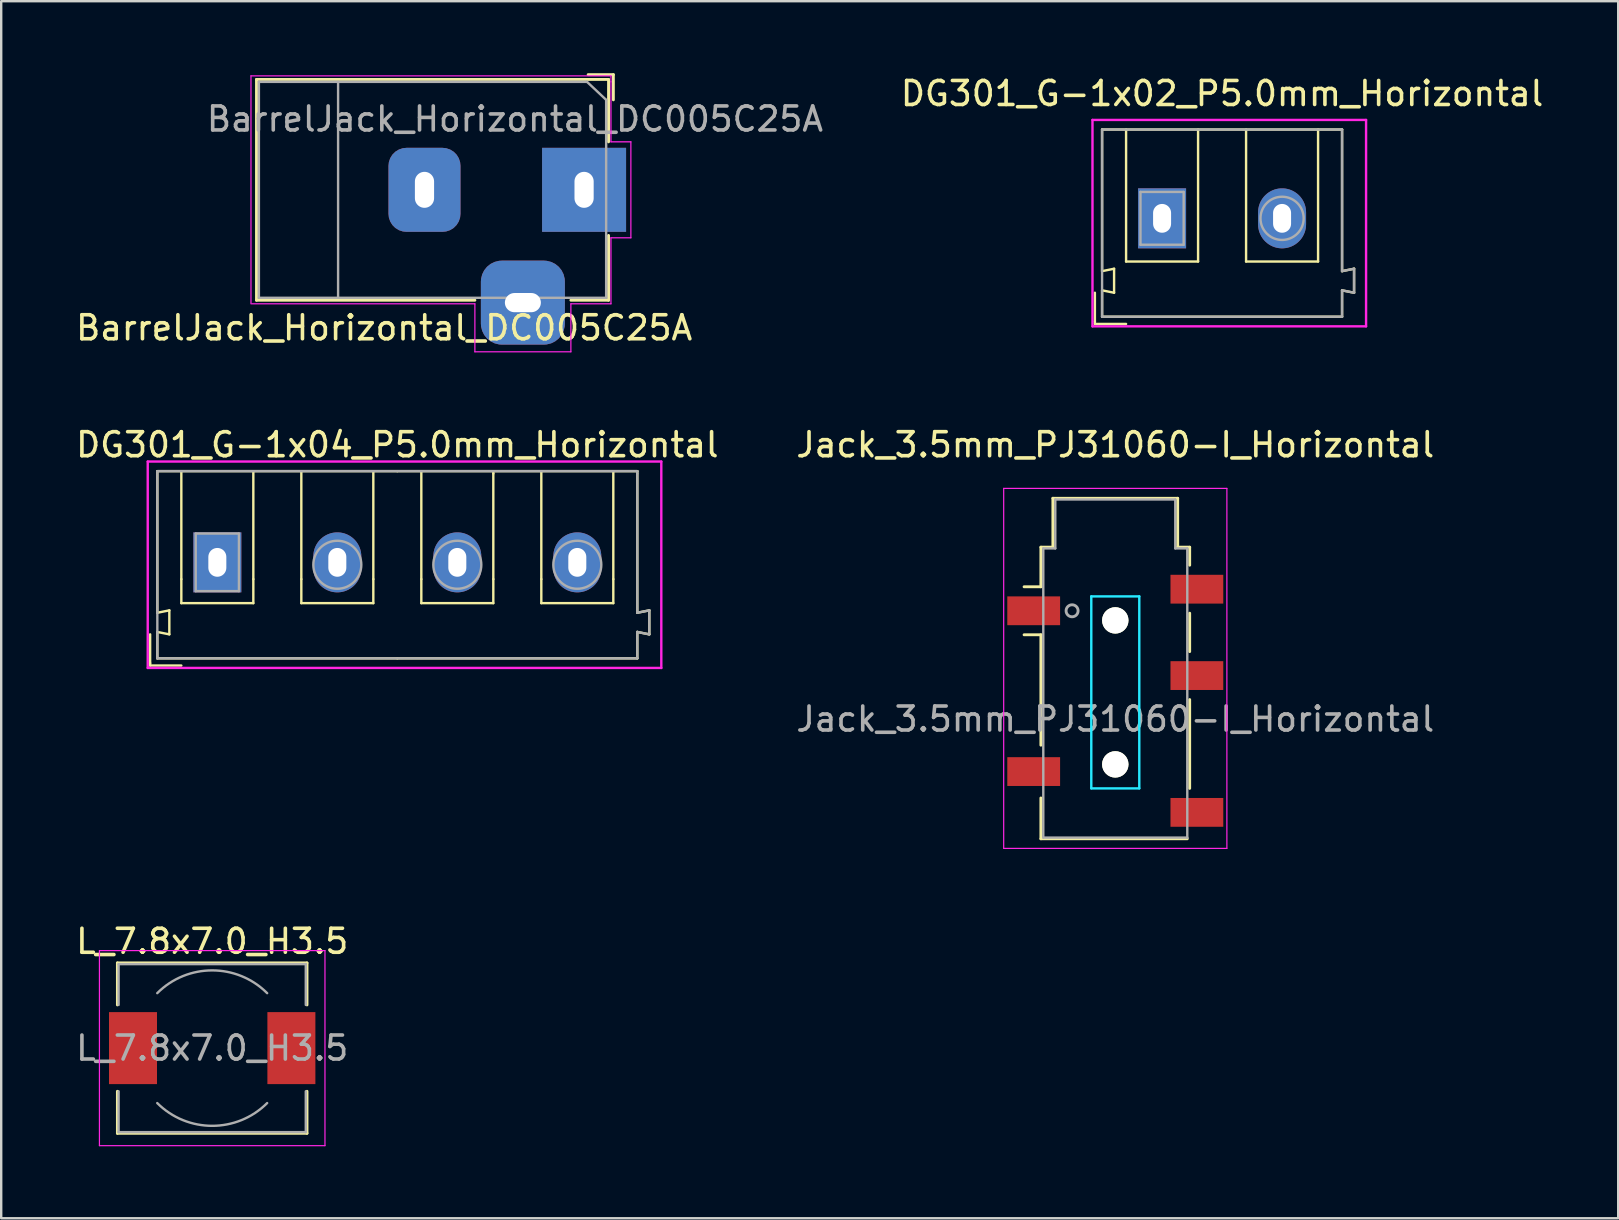
<source format=kicad_pcb>
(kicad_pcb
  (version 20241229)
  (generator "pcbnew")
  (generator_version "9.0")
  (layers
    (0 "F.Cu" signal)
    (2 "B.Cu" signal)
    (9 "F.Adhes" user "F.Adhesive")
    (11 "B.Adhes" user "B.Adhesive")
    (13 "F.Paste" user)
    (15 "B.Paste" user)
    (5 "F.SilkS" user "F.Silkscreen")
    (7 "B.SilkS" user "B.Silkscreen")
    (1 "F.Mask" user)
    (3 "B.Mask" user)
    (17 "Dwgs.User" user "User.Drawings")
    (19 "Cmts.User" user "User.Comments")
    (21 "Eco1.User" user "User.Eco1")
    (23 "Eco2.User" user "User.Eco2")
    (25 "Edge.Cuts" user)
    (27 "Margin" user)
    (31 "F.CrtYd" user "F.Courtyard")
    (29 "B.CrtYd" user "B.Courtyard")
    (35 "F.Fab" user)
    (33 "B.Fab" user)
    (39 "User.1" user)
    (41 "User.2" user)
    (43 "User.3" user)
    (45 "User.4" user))
  (footprint "DG301_G-1x02_P5.0mm_Horizontal"
    (layer "F.Cu")
    (at 47.873 10.148)
    (property "Reference" "DG301_G-1x02_P5.0mm_Horizontal" (at 0 -9.3 0) (layer "F.SilkS") (effects (font (size 1 1) (thickness 0.15))))
    (attr through_hole)
    (fp_line (start -5.3 -1) (end -5.3 0.2) (stroke (width 0.1) (type solid)) (layer "F.SilkS"))
    (fp_line (start -5.3 0.2) (end -5.3 0.3) (stroke (width 0.1) (type solid)) (layer "F.SilkS"))
    (fp_line (start -5.3 0.3) (end -4 0.3) (stroke (width 0.1) (type solid)) (layer "F.SilkS"))
    (fp_line (start -5 -7.8) (end 5 -7.8) (stroke (width 0.1) (type solid)) (layer "F.SilkS"))
    (fp_line (start -5 -1.9) (end -5 -7.8) (stroke (width 0.1) (type solid)) (layer "F.SilkS"))
    (fp_line (start -5 -1.1) (end -5 0) (stroke (width 0.1) (type solid)) (layer "F.SilkS"))
    (fp_line (start -5 -1.1) (end -4.5 -1) (stroke (width 0.1) (type solid)) (layer "F.SilkS"))
    (fp_line (start -4.5 -2) (end -5 -1.9) (stroke (width 0.1) (type solid)) (layer "F.SilkS"))
    (fp_line (start -4.5 -1) (end -4.5 -2) (stroke (width 0.1) (type solid)) (layer "F.SilkS"))
    (fp_line (start -4 -7.8) (end -4 -2.3) (stroke (width 0.1) (type solid)) (layer "F.SilkS"))
    (fp_line (start -4 -2.3) (end -1 -2.3) (stroke (width 0.1) (type solid)) (layer "F.SilkS"))
    (fp_line (start -1 -2.3) (end -1 -7.8) (stroke (width 0.1) (type solid)) (layer "F.SilkS"))
    (fp_line (start 1 -7.8) (end 1 -2.3) (stroke (width 0.1) (type solid)) (layer "F.SilkS"))
    (fp_line (start 1 -2.3) (end 4 -2.3) (stroke (width 0.1) (type solid)) (layer "F.SilkS"))
    (fp_line (start 4 -2.3) (end 4 -7.8) (stroke (width 0.1) (type solid)) (layer "F.SilkS"))
    (fp_line (start 5 -1.9) (end 5 -7.8) (stroke (width 0.1) (type solid)) (layer "F.SilkS"))
    (fp_line (start 5 -1.1) (end 5 0) (stroke (width 0.1) (type solid)) (layer "F.SilkS"))
    (fp_line (start 5 0) (end -5 0) (stroke (width 0.1) (type solid)) (layer "F.SilkS"))
    (fp_line (start 5.5 -2) (end 5 -1.9) (stroke (width 0.1) (type solid)) (layer "F.SilkS"))
    (fp_line (start 5.5 -1) (end 5 -1.1) (stroke (width 0.1) (type solid)) (layer "F.SilkS"))
    (fp_line (start 5.5 -1) (end 5.5 -2) (stroke (width 0.1) (type solid)) (layer "F.SilkS"))
    (fp_line (start -5.4 -8.2) (end 6 -8.2) (stroke (width 0.1) (type solid)) (layer "F.CrtYd"))
    (fp_line (start -5.4 0.4) (end -5.4 -8.2) (stroke (width 0.1) (type solid)) (layer "F.CrtYd"))
    (fp_line (start 6 -8.2) (end 6 0.4) (stroke (width 0.1) (type solid)) (layer "F.CrtYd"))
    (fp_line (start 6 0.4) (end -5.4 0.4) (stroke (width 0.1) (type solid)) (layer "F.CrtYd"))
    (fp_line (start -5 -7.8) (end 5 -7.8) (stroke (width 0.1) (type solid)) (layer "F.Fab"))
    (fp_line (start -5 0) (end -5 -7.8) (stroke (width 0.1) (type solid)) (layer "F.Fab"))
    (fp_line (start -3.4 -5.2) (end -1.6 -5.2) (stroke (width 0.1) (type solid)) (layer "F.Fab"))
    (fp_line (start -3.4 -3) (end -3.4 -5.2) (stroke (width 0.1) (type solid)) (layer "F.Fab"))
    (fp_line (start -1.6 -5.2) (end -1.6 -3) (stroke (width 0.1) (type solid)) (layer "F.Fab"))
    (fp_line (start -1.6 -3) (end -3.4 -3) (stroke (width 0.1) (type solid)) (layer "F.Fab"))
    (fp_line (start 5 -7.8) (end 5 -1.9) (stroke (width 0.1) (type solid)) (layer "F.Fab"))
    (fp_line (start 5 -1.9) (end 5.5 -2) (stroke (width 0.1) (type solid)) (layer "F.Fab"))
    (fp_line (start 5 -1.1) (end 5 0) (stroke (width 0.1) (type solid)) (layer "F.Fab"))
    (fp_line (start 5 0) (end -5 0) (stroke (width 0.1) (type solid)) (layer "F.Fab"))
    (fp_line (start 5.5 -2) (end 5.5 -1) (stroke (width 0.1) (type solid)) (layer "F.Fab"))
    (fp_line (start 5.5 -1) (end 5 -1.1) (stroke (width 0.1) (type solid)) (layer "F.Fab"))
    (fp_circle (center 2.5 -4.1) (end 2.5 -5) (stroke (width 0.1) (type solid)) (fill no) (layer "F.Fab"))
    (pad "1" thru_hole rect (at -2.5 -4.1) (size 2 2.5) (drill oval 0.75 1.2) (layers "*.Cu" "*.Mask"))
    (pad "2" thru_hole oval (at 2.5 -4.1) (size 2 2.5) (drill oval 0.75 1.2) (layers "*.Cu" "*.Mask")))
  (footprint "DG301_G-1x04_P5.0mm_Horizontal"
    (layer "F.Cu")
    (at 13.506 20.483)
    (property "Reference" "DG301_G-1x04_P5.0mm_Horizontal" (at 0 -5 0) (layer "F.SilkS") (effects (font (size 1 1) (thickness 0.15))))
    (attr through_hole)
    (fp_line (start -10.3 2.9) (end -10.3 4.1) (stroke (width 0.1) (type solid)) (layer "F.SilkS"))
    (fp_line (start -10.3 4.1) (end -10.3 4.2) (stroke (width 0.1) (type solid)) (layer "F.SilkS"))
    (fp_line (start -10.3 4.2) (end -9 4.2) (stroke (width 0.1) (type solid)) (layer "F.SilkS"))
    (fp_line (start -10 -3.9) (end 0 -3.9) (stroke (width 0.1) (type solid)) (layer "F.SilkS"))
    (fp_line (start -10 2) (end -10 -3.9) (stroke (width 0.1) (type solid)) (layer "F.SilkS"))
    (fp_line (start -10 2.8) (end -10 3.9) (stroke (width 0.1) (type solid)) (layer "F.SilkS"))
    (fp_line (start -10 2.8) (end -9.5 2.9) (stroke (width 0.1) (type solid)) (layer "F.SilkS"))
    (fp_line (start -9.5 1.9) (end -10 2) (stroke (width 0.1) (type solid)) (layer "F.SilkS"))
    (fp_line (start -9.5 2.9) (end -9.5 1.9) (stroke (width 0.1) (type solid)) (layer "F.SilkS"))
    (fp_line (start -9 0.6) (end -9 -3.9) (stroke (width 0.1) (type solid)) (layer "F.SilkS"))
    (fp_line (start -9 1.6) (end -9 0.6) (stroke (width 0.1) (type solid)) (layer "F.SilkS"))
    (fp_line (start -9 1.6) (end -6 1.6) (stroke (width 0.1) (type solid)) (layer "F.SilkS"))
    (fp_line (start -6 0.6) (end -6 -3.9) (stroke (width 0.1) (type solid)) (layer "F.SilkS"))
    (fp_line (start -6 0.6) (end -6 1.6) (stroke (width 0.1) (type solid)) (layer "F.SilkS"))
    (fp_line (start -4 0.6) (end -4 -3.9) (stroke (width 0.1) (type solid)) (layer "F.SilkS"))
    (fp_line (start -4 0.6) (end -4 1.6) (stroke (width 0.1) (type solid)) (layer "F.SilkS"))
    (fp_line (start -4 1.6) (end -1 1.6) (stroke (width 0.1) (type solid)) (layer "F.SilkS"))
    (fp_line (start -1 0.6) (end -1 -3.9) (stroke (width 0.1) (type solid)) (layer "F.SilkS"))
    (fp_line (start -1 0.6) (end -1 1.6) (stroke (width 0.1) (type solid)) (layer "F.SilkS"))
    (fp_line (start 0 -3.9) (end 10 -3.9) (stroke (width 0.1) (type solid)) (layer "F.SilkS"))
    (fp_line (start 0 3.9) (end -10 3.9) (stroke (width 0.1) (type solid)) (layer "F.SilkS"))
    (fp_line (start 1 0.6) (end 1 -3.9) (stroke (width 0.1) (type solid)) (layer "F.SilkS"))
    (fp_line (start 1 0.6) (end 1 1.6) (stroke (width 0.1) (type solid)) (layer "F.SilkS"))
    (fp_line (start 1 1.6) (end 4 1.6) (stroke (width 0.1) (type solid)) (layer "F.SilkS"))
    (fp_line (start 4 -3.8) (end 4 -3.9) (stroke (width 0.1) (type solid)) (layer "F.SilkS"))
    (fp_line (start 4 0.6) (end 4 -3.8) (stroke (width 0.1) (type solid)) (layer "F.SilkS"))
    (fp_line (start 4 0.6) (end 4 1.6) (stroke (width 0.1) (type solid)) (layer "F.SilkS"))
    (fp_line (start 6 0.6) (end 6 -3.9) (stroke (width 0.1) (type solid)) (layer "F.SilkS"))
    (fp_line (start 6 0.6) (end 6 1.6) (stroke (width 0.1) (type solid)) (layer "F.SilkS"))
    (fp_line (start 6 1.6) (end 9 1.6) (stroke (width 0.1) (type solid)) (layer "F.SilkS"))
    (fp_line (start 9 0.6) (end 9 -3.9) (stroke (width 0.1) (type solid)) (layer "F.SilkS"))
    (fp_line (start 9 0.6) (end 9 1.6) (stroke (width 0.1) (type solid)) (layer "F.SilkS"))
    (fp_line (start 10 2) (end 10 -3.9) (stroke (width 0.1) (type solid)) (layer "F.SilkS"))
    (fp_line (start 10 2.8) (end 10 3.9) (stroke (width 0.1) (type solid)) (layer "F.SilkS"))
    (fp_line (start 10 3.9) (end 0 3.9) (stroke (width 0.1) (type solid)) (layer "F.SilkS"))
    (fp_line (start 10.5 1.9) (end 10 2) (stroke (width 0.1) (type solid)) (layer "F.SilkS"))
    (fp_line (start 10.5 2.9) (end 10 2.8) (stroke (width 0.1) (type solid)) (layer "F.SilkS"))
    (fp_line (start 10.5 2.9) (end 10.5 1.9) (stroke (width 0.1) (type solid)) (layer "F.SilkS"))
    (fp_line (start -10.4 -4.3) (end 11 -4.3) (stroke (width 0.1) (type solid)) (layer "F.CrtYd"))
    (fp_line (start -10.4 4.3) (end -10.4 -4.3) (stroke (width 0.1) (type solid)) (layer "F.CrtYd"))
    (fp_line (start 11 -4.3) (end 11 4.3) (stroke (width 0.1) (type solid)) (layer "F.CrtYd"))
    (fp_line (start 11 4.3) (end -10.4 4.3) (stroke (width 0.1) (type solid)) (layer "F.CrtYd"))
    (fp_line (start -10 -3.9) (end -10 2) (stroke (width 0.1) (type solid)) (layer "F.Fab"))
    (fp_line (start -10 2) (end -10 2.8) (stroke (width 0.1) (type solid)) (layer "F.Fab"))
    (fp_line (start -10 2.8) (end -10 3.9) (stroke (width 0.1) (type solid)) (layer "F.Fab"))
    (fp_line (start -10 3.9) (end 10 3.9) (stroke (width 0.1) (type solid)) (layer "F.Fab"))
    (fp_line (start -8.4 -1.3) (end -6.6 -1.3) (stroke (width 0.1) (type solid)) (layer "F.Fab"))
    (fp_line (start -8.4 1.1) (end -8.4 -1.3) (stroke (width 0.1) (type solid)) (layer "F.Fab"))
    (fp_line (start -6.6 -1.3) (end -6.6 1.1) (stroke (width 0.1) (type solid)) (layer "F.Fab"))
    (fp_line (start -6.6 1.1) (end -8.4 1.1) (stroke (width 0.1) (type solid)) (layer "F.Fab"))
    (fp_line (start 10 -3.9) (end -10 -3.9) (stroke (width 0.1) (type solid)) (layer "F.Fab"))
    (fp_line (start 10 -3.8) (end 10 -3.9) (stroke (width 0.1) (type solid)) (layer "F.Fab"))
    (fp_line (start 10 2) (end 10 -3.8) (stroke (width 0.1) (type solid)) (layer "F.Fab"))
    (fp_line (start 10 2.8) (end 10.5 2.9) (stroke (width 0.1) (type solid)) (layer "F.Fab"))
    (fp_line (start 10 3.9) (end 10 2.8) (stroke (width 0.1) (type solid)) (layer "F.Fab"))
    (fp_line (start 10.5 1.9) (end 10 2) (stroke (width 0.1) (type solid)) (layer "F.Fab"))
    (fp_line (start 10.5 2.9) (end 10.5 1.9) (stroke (width 0.1) (type solid)) (layer "F.Fab"))
    (fp_circle (center -2.5 0) (end -2.5 -1) (stroke (width 0.1) (type solid)) (fill no) (layer "F.Fab"))
    (fp_circle (center 2.5 0) (end 2.5 -1) (stroke (width 0.1) (type solid)) (fill no) (layer "F.Fab"))
    (fp_circle (center 7.5 0) (end 7.5 -1) (stroke (width 0.1) (type solid)) (fill no) (layer "F.Fab"))
    (pad "1" thru_hole rect (at -7.5 -0.1) (size 2 2.5) (drill oval 0.75 1.2) (layers "*.Cu" "*.Mask"))
    (pad "2" thru_hole oval (at -2.5 -0.1) (size 2 2.5) (drill oval 0.75 1.2) (layers "*.Cu" "*.Mask"))
    (pad "3" thru_hole oval (at 2.5 -0.1) (size 2 2.5) (drill oval 0.75 1.2) (layers "*.Cu" "*.Mask"))
    (pad "4" thru_hole oval (at 7.5 -0.1) (size 2 2.5) (drill oval 0.75 1.2) (layers "*.Cu" "*.Mask")))
  (footprint "Jack_3.5mm_PJ31060-I_Horizontal"
    (layer "F.Cu")
    (at 43.423 19.801)
    (property "Reference" "Jack_3.5mm_PJ31060-I_Horizontal" (at 0 -4.318 0) (layer "F.SilkS") (effects (font (size 1 1) (thickness 0.15))))
    (attr smd)
    (fp_line (start -3.8 3.6) (end -3.1 3.6) (stroke (width 0.12) (type solid)) (layer "F.SilkS"))
    (fp_line (start -3.1 -0.05) (end -2.6 -0.05) (stroke (width 0.12) (type solid)) (layer "F.SilkS"))
    (fp_line (start -3.1 1.6) (end -3.8 1.6) (stroke (width 0.12) (type solid)) (layer "F.SilkS"))
    (fp_line (start -3.1 1.6) (end -3.1 -0.05) (stroke (width 0.12) (type solid)) (layer "F.SilkS"))
    (fp_line (start -3.1 8.2) (end -3.1 3.6) (stroke (width 0.12) (type solid)) (layer "F.SilkS"))
    (fp_line (start -3.1 12.1) (end -3.1 10.4) (stroke (width 0.12) (type solid)) (layer "F.SilkS"))
    (fp_line (start -2.6 -2.088) (end 2.6 -2.088) (stroke (width 0.12) (type solid)) (layer "F.SilkS"))
    (fp_line (start -2.6 -0.05) (end -2.6 -2.088) (stroke (width 0.12) (type solid)) (layer "F.SilkS"))
    (fp_line (start 2.6 -2.088) (end 2.6 -0.05) (stroke (width 0.12) (type solid)) (layer "F.SilkS"))
    (fp_line (start 2.6 -0.05) (end 3.1 -0.05) (stroke (width 0.12) (type solid)) (layer "F.SilkS"))
    (fp_line (start 3 12.1) (end -3.1 12.1) (stroke (width 0.12) (type solid)) (layer "F.SilkS"))
    (fp_line (start 3.1 -0.05) (end 3.1 0.7) (stroke (width 0.12) (type solid)) (layer "F.SilkS"))
    (fp_line (start 3.1 2.7) (end 3.1 4.3) (stroke (width 0.12) (type solid)) (layer "F.SilkS"))
    (fp_line (start 3.1 6.3) (end 3.1 10) (stroke (width 0.12) (type solid)) (layer "F.SilkS"))
    (fp_line (start -1 2) (end 1 2) (stroke (width 0.1) (type solid)) (layer "B.CrtYd"))
    (fp_line (start -1 10) (end -1 2) (stroke (width 0.1) (type solid)) (layer "B.CrtYd"))
    (fp_line (start 1 2) (end 1 10) (stroke (width 0.1) (type solid)) (layer "B.CrtYd"))
    (fp_line (start 1 10) (end -1 10) (stroke (width 0.1) (type solid)) (layer "B.CrtYd"))
    (fp_line (start -4.65 -2.5) (end -4.65 12.5) (stroke (width 0.05) (type solid)) (layer "F.CrtYd"))
    (fp_line (start -4.65 -2.5) (end 4.65 -2.5) (stroke (width 0.05) (type solid)) (layer "F.CrtYd"))
    (fp_line (start 4.65 12.5) (end -4.65 12.5) (stroke (width 0.05) (type solid)) (layer "F.CrtYd"))
    (fp_line (start 4.65 12.5) (end 4.65 -2.5) (stroke (width 0.05) (type solid)) (layer "F.CrtYd"))
    (fp_line (start -3 0) (end -3 12.05) (stroke (width 0.1) (type solid)) (layer "F.Fab"))
    (fp_line (start -2.5 -2.038) (end -2.5 0) (stroke (width 0.1) (type solid)) (layer "F.Fab"))
    (fp_line (start -2.5 0) (end -3 0) (stroke (width 0.1) (type solid)) (layer "F.Fab"))
    (fp_line (start 2.5 -2.038) (end -2.5 -2.038) (stroke (width 0.1) (type solid)) (layer "F.Fab"))
    (fp_line (start 2.5 0) (end 2.5 -2.038) (stroke (width 0.1) (type solid)) (layer "F.Fab"))
    (fp_line (start 2.5 0) (end 3 0) (stroke (width 0.1) (type solid)) (layer "F.Fab"))
    (fp_line (start 3 0) (end 3 12.05) (stroke (width 0.1) (type solid)) (layer "F.Fab"))
    (fp_line (start 3 12.05) (end -3 12.05) (stroke (width 0.1) (type solid)) (layer "F.Fab"))
    (fp_circle (center -1.8 2.6) (end -1.55 2.6) (stroke (width 0.12) (type solid)) (fill no) (layer "F.Fab"))
    (fp_text user "${REFERENCE}" (at 0 7.112 0) (layer "F.Fab") (effects (font (size 1 1) (thickness 0.15))))
    (pad "" np_thru_hole circle (at 0 3) (size 1.1 1.1) (drill 1.1) (layers "*.Cu" "*.Mask" "F.SilkS"))
    (pad "" np_thru_hole circle (at 0 9) (size 1.1 1.1) (drill 1.1) (layers "*.Cu" "*.Mask" "F.SilkS"))
    (pad "R" smd rect (at 3.4 5.3) (size 2.2 1.2) (layers "F.Cu" "F.Mask" "F.Paste"))
    (pad "S" smd rect (at -3.4 2.6) (size 2.2 1.2) (layers "F.Cu" "F.Mask" "F.Paste"))
    (pad "S" smd rect (at 3.4 1.7) (size 2.2 1.2) (layers "F.Cu" "F.Mask" "F.Paste"))
    (pad "T" smd rect (at -3.4 9.3) (size 2.2 1.2) (layers "F.Cu" "F.Mask" "F.Paste"))
    (pad "TN" smd rect (at 3.4 11) (size 2.2 1.2) (layers "F.Cu" "F.Mask" "F.Paste")))
  (footprint "L_7.8x7.0_H3.5"
    (layer "F.Cu")
    (at 5.792 40.624)
    (property "Reference" "L_7.8x7.0_H3.5" (at 0 -4.45 0) (layer "F.SilkS") (effects (font (size 1 1) (thickness 0.15))))
    (attr smd)
    (fp_line (start -3.95 -3.55) (end -3.95 -1.8) (stroke (width 0.12) (type solid)) (layer "F.SilkS"))
    (fp_line (start -3.95 -3.55) (end 3.95 -3.55) (stroke (width 0.12) (type solid)) (layer "F.SilkS"))
    (fp_line (start -3.95 1.8) (end -3.95 3.55) (stroke (width 0.12) (type solid)) (layer "F.SilkS"))
    (fp_line (start 3.95 -3.55) (end 3.95 -1.8) (stroke (width 0.12) (type solid)) (layer "F.SilkS"))
    (fp_line (start 3.95 1.8) (end 3.95 3.55) (stroke (width 0.12) (type solid)) (layer "F.SilkS"))
    (fp_line (start 3.95 3.55) (end -3.95 3.55) (stroke (width 0.12) (type solid)) (layer "F.SilkS"))
    (fp_line (start -4.699 -4.064) (end -4.699 4.064) (stroke (width 0.05) (type solid)) (layer "F.CrtYd"))
    (fp_line (start -4.699 4.064) (end 4.699 4.064) (stroke (width 0.05) (type solid)) (layer "F.CrtYd"))
    (fp_line (start 4.699 -4.064) (end -4.699 -4.064) (stroke (width 0.05) (type solid)) (layer "F.CrtYd"))
    (fp_line (start 4.699 4.064) (end 4.699 -4.064) (stroke (width 0.05) (type solid)) (layer "F.CrtYd"))
    (fp_line (start -3.9 -3.5) (end -3.9 -1.8) (stroke (width 0.1) (type solid)) (layer "F.Fab"))
    (fp_line (start -3.9 -3.5) (end 3.9 -3.5) (stroke (width 0.1) (type solid)) (layer "F.Fab"))
    (fp_line (start -3.9 3.5) (end -3.9 1.8) (stroke (width 0.1) (type solid)) (layer "F.Fab"))
    (fp_line (start 3.9 -3.5) (end 3.9 -1.8) (stroke (width 0.1) (type solid)) (layer "F.Fab"))
    (fp_line (start 3.9 3.5) (end -3.9 3.5) (stroke (width 0.1) (type solid)) (layer "F.Fab"))
    (fp_line (start 3.9 3.5) (end 3.9 1.8) (stroke (width 0.1) (type solid)) (layer "F.Fab"))
    (fp_arc (start -2.29 -2.29) (mid 0 -3.238549) (end 2.29 -2.29) (stroke (width 0.1) (type solid)) (layer "F.Fab"))
    (fp_arc (start 2.29 2.29) (mid 0 3.238549) (end -2.29 2.29) (stroke (width 0.1) (type solid)) (layer "F.Fab"))
    (fp_text user "${REFERENCE}" (at 0 0 0) (layer "F.Fab") (effects (font (size 1 1) (thickness 0.15))))
    (pad "1" smd rect (at -3.3 0) (size 2 3) (layers "F.Cu" "F.Mask" "F.Paste"))
    (pad "2" smd rect (at 3.3 0) (size 2 3) (layers "F.Cu" "F.Mask" "F.Paste")))
  (footprint "BarrelJack_Horizontal_DC005C25A"
    (layer "F.Cu")
    (at 7.738 4.86)
    (property "Reference" "BarrelJack_Horizontal_DC005C25A" (at 5.22 5.75 0) (layer "F.SilkS") (effects (font (size 1 1) (thickness 0.15))))
    (attr through_hole)
    (fp_line (start -0.1 -4.6) (end 14.57 -4.6) (stroke (width 0.12) (type solid)) (layer "F.SilkS"))
    (fp_line (start -0.1 4.6) (end -0.1 -4.6) (stroke (width 0.12) (type solid)) (layer "F.SilkS"))
    (fp_line (start 9 4.6) (end -0.1 4.6) (stroke (width 0.12) (type solid)) (layer "F.SilkS"))
    (fp_line (start 13.72 -4.8) (end 14.77 -4.8) (stroke (width 0.12) (type solid)) (layer "F.SilkS"))
    (fp_line (start 14.57 -4.6) (end 14.57 -2) (stroke (width 0.12) (type solid)) (layer "F.SilkS"))
    (fp_line (start 14.57 1.9) (end 14.57 4.6) (stroke (width 0.12) (type solid)) (layer "F.SilkS"))
    (fp_line (start 14.57 4.6) (end 13 4.6) (stroke (width 0.12) (type solid)) (layer "F.SilkS"))
    (fp_line (start 14.77 -3.75) (end 14.77 -4.8) (stroke (width 0.12) (type solid)) (layer "F.SilkS"))
    (fp_line (start -0.33 4.75) (end -0.33 -4.75) (stroke (width 0.05) (type solid)) (layer "F.CrtYd"))
    (fp_line (start 9 4.75) (end -0.3 4.75) (stroke (width 0.05) (type solid)) (layer "F.CrtYd"))
    (fp_line (start 9 6.75) (end 9 4.75) (stroke (width 0.05) (type solid)) (layer "F.CrtYd"))
    (fp_line (start 13 4.75) (end 13 6.75) (stroke (width 0.05) (type solid)) (layer "F.CrtYd"))
    (fp_line (start 13 6.75) (end 9 6.75) (stroke (width 0.05) (type solid)) (layer "F.CrtYd"))
    (fp_line (start 14.67 -4.75) (end -0.33 -4.75) (stroke (width 0.05) (type solid)) (layer "F.CrtYd"))
    (fp_line (start 14.67 -4.5) (end 14.67 -4.75) (stroke (width 0.05) (type solid)) (layer "F.CrtYd"))
    (fp_line (start 14.67 -4.5) (end 14.67 -2) (stroke (width 0.05) (type solid)) (layer "F.CrtYd"))
    (fp_line (start 14.67 -2) (end 15.5 -2) (stroke (width 0.05) (type solid)) (layer "F.CrtYd"))
    (fp_line (start 14.67 2) (end 14.67 4.75) (stroke (width 0.05) (type solid)) (layer "F.CrtYd"))
    (fp_line (start 14.67 4.75) (end 13 4.75) (stroke (width 0.05) (type solid)) (layer "F.CrtYd"))
    (fp_line (start 15.5 -2) (end 15.5 2) (stroke (width 0.05) (type solid)) (layer "F.CrtYd"))
    (fp_line (start 15.5 2) (end 14.67 2) (stroke (width 0.05) (type solid)) (layer "F.CrtYd"))
    (fp_line (start 0 -4.5) (end 0 4.5) (stroke (width 0.1) (type solid)) (layer "F.Fab"))
    (fp_line (start 0 4.5) (end 14.47 4.5) (stroke (width 0.1) (type solid)) (layer "F.Fab"))
    (fp_line (start 3.3 -4.5) (end 3.3 4.5) (stroke (width 0.1) (type solid)) (layer "F.Fab"))
    (fp_line (start 13.667 -4.505) (end 14.47 -3.75) (stroke (width 0.1) (type solid)) (layer "F.Fab"))
    (fp_line (start 13.67 -4.5) (end 0 -4.5) (stroke (width 0.1) (type solid)) (layer "F.Fab"))
    (fp_line (start 14.47 4.5) (end 14.47 -3.75) (stroke (width 0.1) (type solid)) (layer "F.Fab"))
    (fp_text user "${REFERENCE}" (at 10.67 -2.95 0) (layer "F.Fab") (effects (font (size 1 1) (thickness 0.15))))
    (pad "1" thru_hole rect (at 13.55 0) (size 3.5 3.5) (drill oval 0.8 1.5) (layers "*.Cu" "*.Mask"))
    (pad "2" thru_hole roundrect (at 6.9 0) (size 3 3.5) (drill oval 0.8 1.5) (layers "*.Cu" "*.Mask") (roundrect_rratio 0.25))
    (pad "3" thru_hole roundrect (at 11 4.7) (size 3.5 3.5) (drill oval 1.5 0.8) (layers "*.Cu" "*.Mask") (roundrect_rratio 0.25)))
  (gr_rect
    (start -3 -3)
    (end 64.379 47.714)
    (stroke (width 0.1) (type default))
    (fill no)
    (layer "Edge.Cuts")))
</source>
